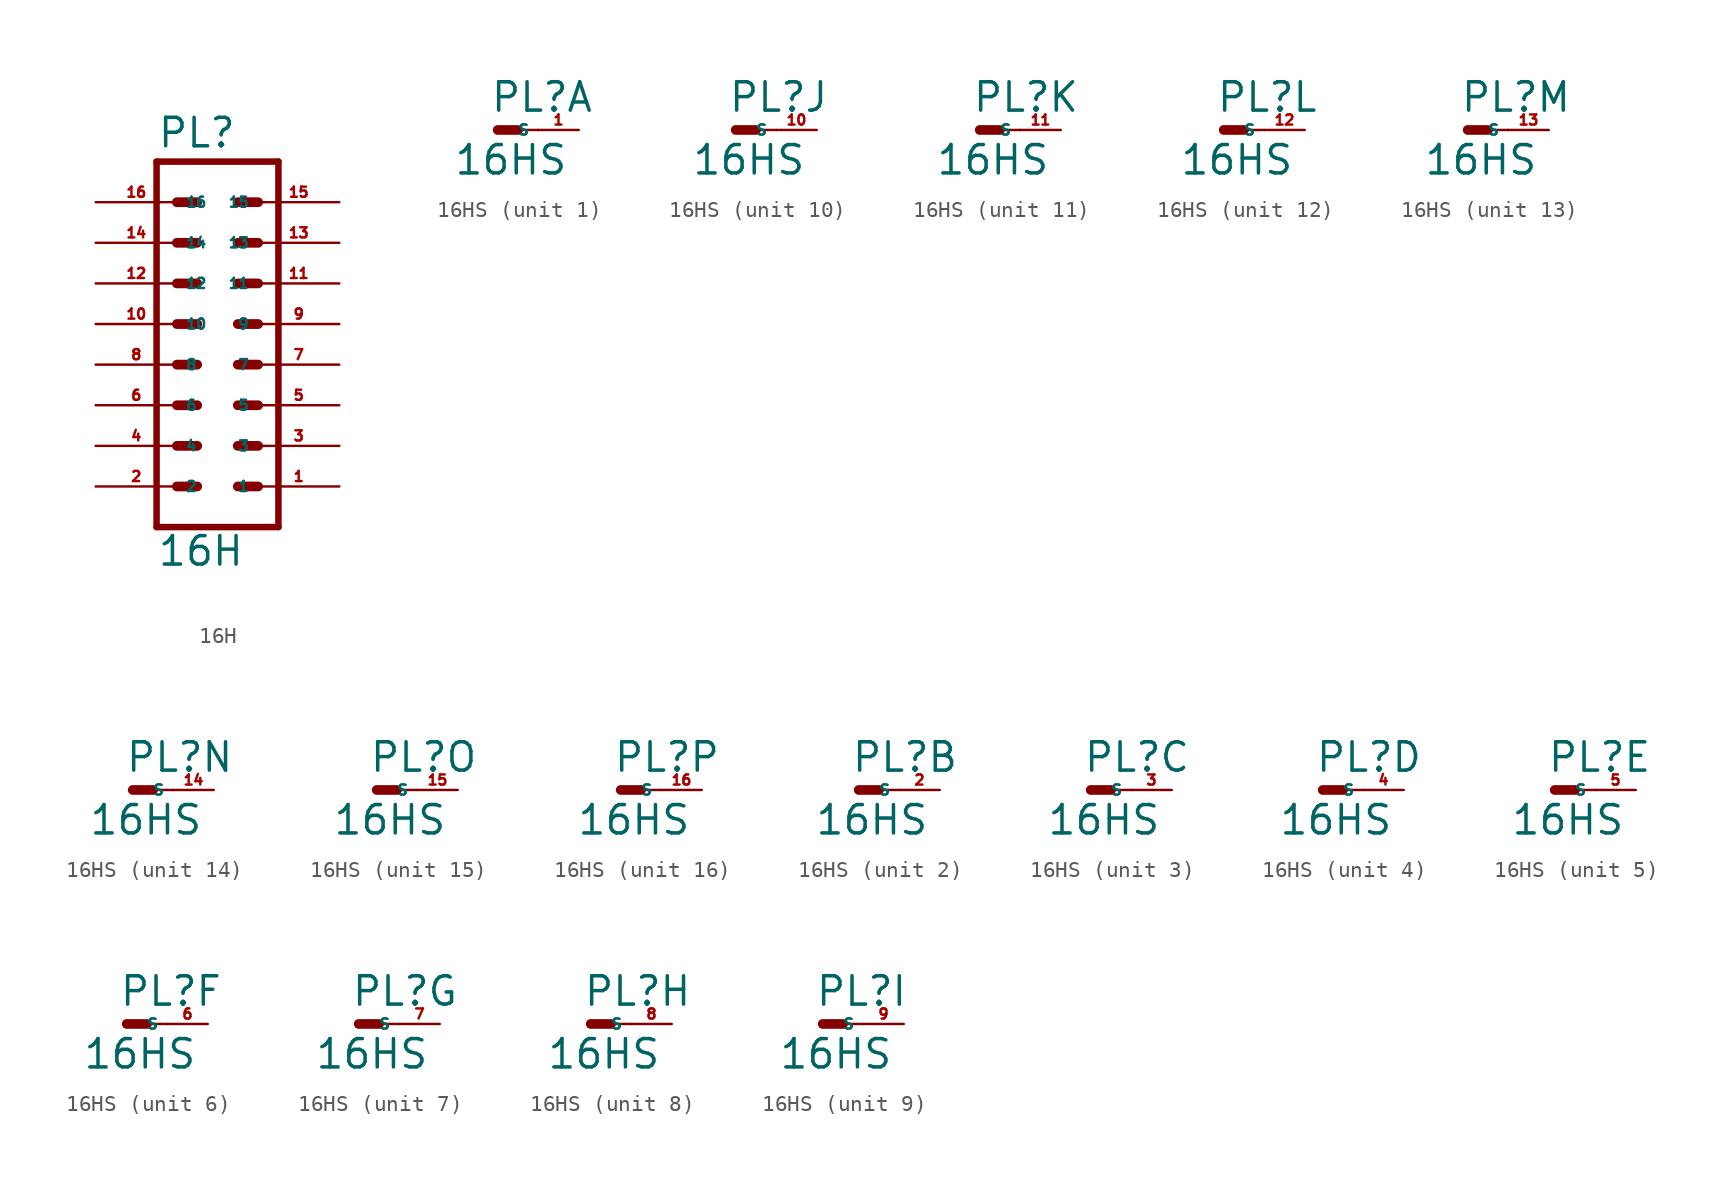
<source format=kicad_sym>
(kicad_symbol_lib
  (version 20220914)
  (generator Eagle2Kicad)
  (symbol "16H"
    (property "Reference" "PL"
      (at -3.81 13.462 0)
      (effects (font (size 1.778 1.778) (thickness 0.22)) (justify left bottom)))
    (property "Value" "16H"
      (at -3.81 -12.7 0)
      (effects (font (size 1.778 1.778) (thickness 0.22)) (justify left bottom)))
    (polyline
      (pts (xy 3.81 -10.16) (xy -3.81 -10.16))
      (stroke (width 0.406) (type default))
      (fill (type none)))
    (polyline
      (pts (xy -3.81 12.7) (xy -3.81 -10.16))
      (stroke (width 0.406) (type default))
      (fill (type none)))
    (polyline
      (pts (xy 3.81 -10.16) (xy 3.81 12.7))
      (stroke (width 0.406) (type default))
      (fill (type none)))
    (polyline
      (pts (xy -3.81 12.7) (xy 3.81 12.7))
      (stroke (width 0.406) (type default))
      (fill (type none)))
    (polyline
      (pts (xy 1.27 2.54) (xy 2.54 2.54))
      (stroke (width 0.61) (type default))
      (fill (type none)))
    (polyline
      (pts (xy 1.27 0) (xy 2.54 0))
      (stroke (width 0.61) (type default))
      (fill (type none)))
    (polyline
      (pts (xy 1.27 -2.54) (xy 2.54 -2.54))
      (stroke (width 0.61) (type default))
      (fill (type none)))
    (polyline
      (pts (xy 1.27 -5.08) (xy 2.54 -5.08))
      (stroke (width 0.61) (type default))
      (fill (type none)))
    (polyline
      (pts (xy 1.27 -7.62) (xy 2.54 -7.62))
      (stroke (width 0.61) (type default))
      (fill (type none)))
    (polyline
      (pts (xy -2.54 2.54) (xy -1.27 2.54))
      (stroke (width 0.61) (type default))
      (fill (type none)))
    (polyline
      (pts (xy -2.54 0) (xy -1.27 0))
      (stroke (width 0.61) (type default))
      (fill (type none)))
    (polyline
      (pts (xy -2.54 -2.54) (xy -1.27 -2.54))
      (stroke (width 0.61) (type default))
      (fill (type none)))
    (polyline
      (pts (xy -2.54 -5.08) (xy -1.27 -5.08))
      (stroke (width 0.61) (type default))
      (fill (type none)))
    (polyline
      (pts (xy -2.54 -7.62) (xy -1.27 -7.62))
      (stroke (width 0.61) (type default))
      (fill (type none)))
    (polyline
      (pts (xy -2.54 5.08) (xy -1.27 5.08))
      (stroke (width 0.61) (type default))
      (fill (type none)))
    (polyline
      (pts (xy -2.54 7.62) (xy -1.27 7.62))
      (stroke (width 0.61) (type default))
      (fill (type none)))
    (polyline
      (pts (xy -2.54 10.16) (xy -1.27 10.16))
      (stroke (width 0.61) (type default))
      (fill (type none)))
    (polyline
      (pts (xy 1.27 5.08) (xy 2.54 5.08))
      (stroke (width 0.61) (type default))
      (fill (type none)))
    (polyline
      (pts (xy 1.27 7.62) (xy 2.54 7.62))
      (stroke (width 0.61) (type default))
      (fill (type none)))
    (polyline
      (pts (xy 1.27 10.16) (xy 2.54 10.16))
      (stroke (width 0.61) (type default))
      (fill (type none)))
    (pin passive line
      (at 7.62 -7.62 180)
      (length 5.08)
      (name "1" (effects (font (size 0.635 0.635) (thickness 0.08)) (justify left bottom)))
      (number "1" (effects (font (size 0.635 0.635) (thickness 0.08)) (justify left bottom))))
    (pin passive line
      (at 7.62 -5.08 180)
      (length 5.08)
      (name "3" (effects (font (size 0.635 0.635) (thickness 0.08)) (justify left bottom)))
      (number "3" (effects (font (size 0.635 0.635) (thickness 0.08)) (justify left bottom))))
    (pin passive line
      (at 7.62 -2.54 180)
      (length 5.08)
      (name "5" (effects (font (size 0.635 0.635) (thickness 0.08)) (justify left bottom)))
      (number "5" (effects (font (size 0.635 0.635) (thickness 0.08)) (justify left bottom))))
    (pin passive line
      (at 7.62 0 180)
      (length 5.08)
      (name "7" (effects (font (size 0.635 0.635) (thickness 0.08)) (justify left bottom)))
      (number "7" (effects (font (size 0.635 0.635) (thickness 0.08)) (justify left bottom))))
    (pin passive line
      (at 7.62 2.54 180)
      (length 5.08)
      (name "9" (effects (font (size 0.635 0.635) (thickness 0.08)) (justify left bottom)))
      (number "9" (effects (font (size 0.635 0.635) (thickness 0.08)) (justify left bottom))))
    (pin passive line
      (at -7.62 -7.62 0)
      (length 5.08)
      (name "2" (effects (font (size 0.635 0.635) (thickness 0.08)) (justify left bottom)))
      (number "2" (effects (font (size 0.635 0.635) (thickness 0.08)) (justify left bottom))))
    (pin passive line
      (at -7.62 -5.08 0)
      (length 5.08)
      (name "4" (effects (font (size 0.635 0.635) (thickness 0.08)) (justify left bottom)))
      (number "4" (effects (font (size 0.635 0.635) (thickness 0.08)) (justify left bottom))))
    (pin passive line
      (at -7.62 -2.54 0)
      (length 5.08)
      (name "6" (effects (font (size 0.635 0.635) (thickness 0.08)) (justify left bottom)))
      (number "6" (effects (font (size 0.635 0.635) (thickness 0.08)) (justify left bottom))))
    (pin passive line
      (at -7.62 0 0)
      (length 5.08)
      (name "8" (effects (font (size 0.635 0.635) (thickness 0.08)) (justify left bottom)))
      (number "8" (effects (font (size 0.635 0.635) (thickness 0.08)) (justify left bottom))))
    (pin passive line
      (at -7.62 2.54 0)
      (length 5.08)
      (name "10" (effects (font (size 0.635 0.635) (thickness 0.08)) (justify left bottom)))
      (number "10" (effects (font (size 0.635 0.635) (thickness 0.08)) (justify left bottom))))
    (pin passive line
      (at 7.62 5.08 180)
      (length 5.08)
      (name "11" (effects (font (size 0.635 0.635) (thickness 0.08)) (justify left bottom)))
      (number "11" (effects (font (size 0.635 0.635) (thickness 0.08)) (justify left bottom))))
    (pin passive line
      (at 7.62 7.62 180)
      (length 5.08)
      (name "13" (effects (font (size 0.635 0.635) (thickness 0.08)) (justify left bottom)))
      (number "13" (effects (font (size 0.635 0.635) (thickness 0.08)) (justify left bottom))))
    (pin passive line
      (at 7.62 10.16 180)
      (length 5.08)
      (name "15" (effects (font (size 0.635 0.635) (thickness 0.08)) (justify left bottom)))
      (number "15" (effects (font (size 0.635 0.635) (thickness 0.08)) (justify left bottom))))
    (pin passive line
      (at -7.62 5.08 0)
      (length 5.08)
      (name "12" (effects (font (size 0.635 0.635) (thickness 0.08)) (justify left bottom)))
      (number "12" (effects (font (size 0.635 0.635) (thickness 0.08)) (justify left bottom))))
    (pin passive line
      (at -7.62 7.62 0)
      (length 5.08)
      (name "14" (effects (font (size 0.635 0.635) (thickness 0.08)) (justify left bottom)))
      (number "14" (effects (font (size 0.635 0.635) (thickness 0.08)) (justify left bottom))))
    (pin passive line
      (at -7.62 10.16 0)
      (length 5.08)
      (name "16" (effects (font (size 0.635 0.635) (thickness 0.08)) (justify left bottom)))
      (number "16" (effects (font (size 0.635 0.635) (thickness 0.08)) (justify left bottom)))))
  (symbol "16HS"
    (property "Reference" "PL"
      (at -0.508 1.016 0)
      (effects (font (size 1.778 1.778) (thickness 0.22)) (justify left bottom)))
    (property "Value" "16HS"
      (at -2.794 -2.921 0)
      (effects (font (size 1.778 1.778) (thickness 0.22)) (justify left bottom)))
    (symbol "16HS_1_0"
      (polyline (pts (xy 0 0) (xy 1.27 0)) (stroke (width 0.61) (type default)) (fill (type none)))
      (polyline (pts (xy 2.54 0) (xy 1.27 0)) (stroke (width 0.152) (type default)) (fill (type none)))
      (pin passive line (at 5.08 0 180) (length 2.54) (name "S" (effects (font (size 0.635 0.635) (thickness 0.08)) (justify left bottom))) (number "1" (effects (font (size 0.635 0.635) (thickness 0.08)) (justify left bottom)))))
    (symbol "16HS_2_0"
      (polyline (pts (xy 0 0) (xy 1.27 0)) (stroke (width 0.61) (type default)) (fill (type none)))
      (polyline (pts (xy 2.54 0) (xy 1.27 0)) (stroke (width 0.152) (type default)) (fill (type none)))
      (pin passive line (at 5.08 0 180) (length 2.54) (name "S" (effects (font (size 0.635 0.635) (thickness 0.08)) (justify left bottom))) (number "2" (effects (font (size 0.635 0.635) (thickness 0.08)) (justify left bottom)))))
    (symbol "16HS_3_0"
      (polyline (pts (xy 0 0) (xy 1.27 0)) (stroke (width 0.61) (type default)) (fill (type none)))
      (polyline (pts (xy 2.54 0) (xy 1.27 0)) (stroke (width 0.152) (type default)) (fill (type none)))
      (pin passive line (at 5.08 0 180) (length 2.54) (name "S" (effects (font (size 0.635 0.635) (thickness 0.08)) (justify left bottom))) (number "3" (effects (font (size 0.635 0.635) (thickness 0.08)) (justify left bottom)))))
    (symbol "16HS_4_0"
      (polyline (pts (xy 0 0) (xy 1.27 0)) (stroke (width 0.61) (type default)) (fill (type none)))
      (polyline (pts (xy 2.54 0) (xy 1.27 0)) (stroke (width 0.152) (type default)) (fill (type none)))
      (pin passive line (at 5.08 0 180) (length 2.54) (name "S" (effects (font (size 0.635 0.635) (thickness 0.08)) (justify left bottom))) (number "4" (effects (font (size 0.635 0.635) (thickness 0.08)) (justify left bottom)))))
    (symbol "16HS_5_0"
      (polyline (pts (xy 0 0) (xy 1.27 0)) (stroke (width 0.61) (type default)) (fill (type none)))
      (polyline (pts (xy 2.54 0) (xy 1.27 0)) (stroke (width 0.152) (type default)) (fill (type none)))
      (pin passive line (at 5.08 0 180) (length 2.54) (name "S" (effects (font (size 0.635 0.635) (thickness 0.08)) (justify left bottom))) (number "5" (effects (font (size 0.635 0.635) (thickness 0.08)) (justify left bottom)))))
    (symbol "16HS_6_0"
      (polyline (pts (xy 0 0) (xy 1.27 0)) (stroke (width 0.61) (type default)) (fill (type none)))
      (polyline (pts (xy 2.54 0) (xy 1.27 0)) (stroke (width 0.152) (type default)) (fill (type none)))
      (pin passive line (at 5.08 0 180) (length 2.54) (name "S" (effects (font (size 0.635 0.635) (thickness 0.08)) (justify left bottom))) (number "6" (effects (font (size 0.635 0.635) (thickness 0.08)) (justify left bottom)))))
    (symbol "16HS_7_0"
      (polyline (pts (xy 0 0) (xy 1.27 0)) (stroke (width 0.61) (type default)) (fill (type none)))
      (polyline (pts (xy 2.54 0) (xy 1.27 0)) (stroke (width 0.152) (type default)) (fill (type none)))
      (pin passive line (at 5.08 0 180) (length 2.54) (name "S" (effects (font (size 0.635 0.635) (thickness 0.08)) (justify left bottom))) (number "7" (effects (font (size 0.635 0.635) (thickness 0.08)) (justify left bottom)))))
    (symbol "16HS_8_0"
      (polyline (pts (xy 0 0) (xy 1.27 0)) (stroke (width 0.61) (type default)) (fill (type none)))
      (polyline (pts (xy 2.54 0) (xy 1.27 0)) (stroke (width 0.152) (type default)) (fill (type none)))
      (pin passive line (at 5.08 0 180) (length 2.54) (name "S" (effects (font (size 0.635 0.635) (thickness 0.08)) (justify left bottom))) (number "8" (effects (font (size 0.635 0.635) (thickness 0.08)) (justify left bottom)))))
    (symbol "16HS_9_0"
      (polyline (pts (xy 0 0) (xy 1.27 0)) (stroke (width 0.61) (type default)) (fill (type none)))
      (polyline (pts (xy 2.54 0) (xy 1.27 0)) (stroke (width 0.152) (type default)) (fill (type none)))
      (pin passive line (at 5.08 0 180) (length 2.54) (name "S" (effects (font (size 0.635 0.635) (thickness 0.08)) (justify left bottom))) (number "9" (effects (font (size 0.635 0.635) (thickness 0.08)) (justify left bottom)))))
    (symbol "16HS_10_0"
      (polyline (pts (xy 0 0) (xy 1.27 0)) (stroke (width 0.61) (type default)) (fill (type none)))
      (polyline (pts (xy 2.54 0) (xy 1.27 0)) (stroke (width 0.152) (type default)) (fill (type none)))
      (pin passive line (at 5.08 0 180) (length 2.54) (name "S" (effects (font (size 0.635 0.635) (thickness 0.08)) (justify left bottom))) (number "10" (effects (font (size 0.635 0.635) (thickness 0.08)) (justify left bottom)))))
    (symbol "16HS_11_0"
      (polyline (pts (xy 0 0) (xy 1.27 0)) (stroke (width 0.61) (type default)) (fill (type none)))
      (polyline (pts (xy 2.54 0) (xy 1.27 0)) (stroke (width 0.152) (type default)) (fill (type none)))
      (pin passive line (at 5.08 0 180) (length 2.54) (name "S" (effects (font (size 0.635 0.635) (thickness 0.08)) (justify left bottom))) (number "11" (effects (font (size 0.635 0.635) (thickness 0.08)) (justify left bottom)))))
    (symbol "16HS_12_0"
      (polyline (pts (xy 0 0) (xy 1.27 0)) (stroke (width 0.61) (type default)) (fill (type none)))
      (polyline (pts (xy 2.54 0) (xy 1.27 0)) (stroke (width 0.152) (type default)) (fill (type none)))
      (pin passive line (at 5.08 0 180) (length 2.54) (name "S" (effects (font (size 0.635 0.635) (thickness 0.08)) (justify left bottom))) (number "12" (effects (font (size 0.635 0.635) (thickness 0.08)) (justify left bottom)))))
    (symbol "16HS_13_0"
      (polyline (pts (xy 0 0) (xy 1.27 0)) (stroke (width 0.61) (type default)) (fill (type none)))
      (polyline (pts (xy 2.54 0) (xy 1.27 0)) (stroke (width 0.152) (type default)) (fill (type none)))
      (pin passive line (at 5.08 0 180) (length 2.54) (name "S" (effects (font (size 0.635 0.635) (thickness 0.08)) (justify left bottom))) (number "13" (effects (font (size 0.635 0.635) (thickness 0.08)) (justify left bottom)))))
    (symbol "16HS_14_0"
      (polyline (pts (xy 0 0) (xy 1.27 0)) (stroke (width 0.61) (type default)) (fill (type none)))
      (polyline (pts (xy 2.54 0) (xy 1.27 0)) (stroke (width 0.152) (type default)) (fill (type none)))
      (pin passive line (at 5.08 0 180) (length 2.54) (name "S" (effects (font (size 0.635 0.635) (thickness 0.08)) (justify left bottom))) (number "14" (effects (font (size 0.635 0.635) (thickness 0.08)) (justify left bottom)))))
    (symbol "16HS_15_0"
      (polyline (pts (xy 0 0) (xy 1.27 0)) (stroke (width 0.61) (type default)) (fill (type none)))
      (polyline (pts (xy 2.54 0) (xy 1.27 0)) (stroke (width 0.152) (type default)) (fill (type none)))
      (pin passive line (at 5.08 0 180) (length 2.54) (name "S" (effects (font (size 0.635 0.635) (thickness 0.08)) (justify left bottom))) (number "15" (effects (font (size 0.635 0.635) (thickness 0.08)) (justify left bottom)))))
    (symbol "16HS_16_0"
      (polyline (pts (xy 0 0) (xy 1.27 0)) (stroke (width 0.61) (type default)) (fill (type none)))
      (polyline (pts (xy 2.54 0) (xy 1.27 0)) (stroke (width 0.152) (type default)) (fill (type none)))
      (pin passive line (at 5.08 0 180) (length 2.54) (name "S" (effects (font (size 0.635 0.635) (thickness 0.08)) (justify left bottom))) (number "16" (effects (font (size 0.635 0.635) (thickness 0.08)) (justify left bottom)))))))
</source>
